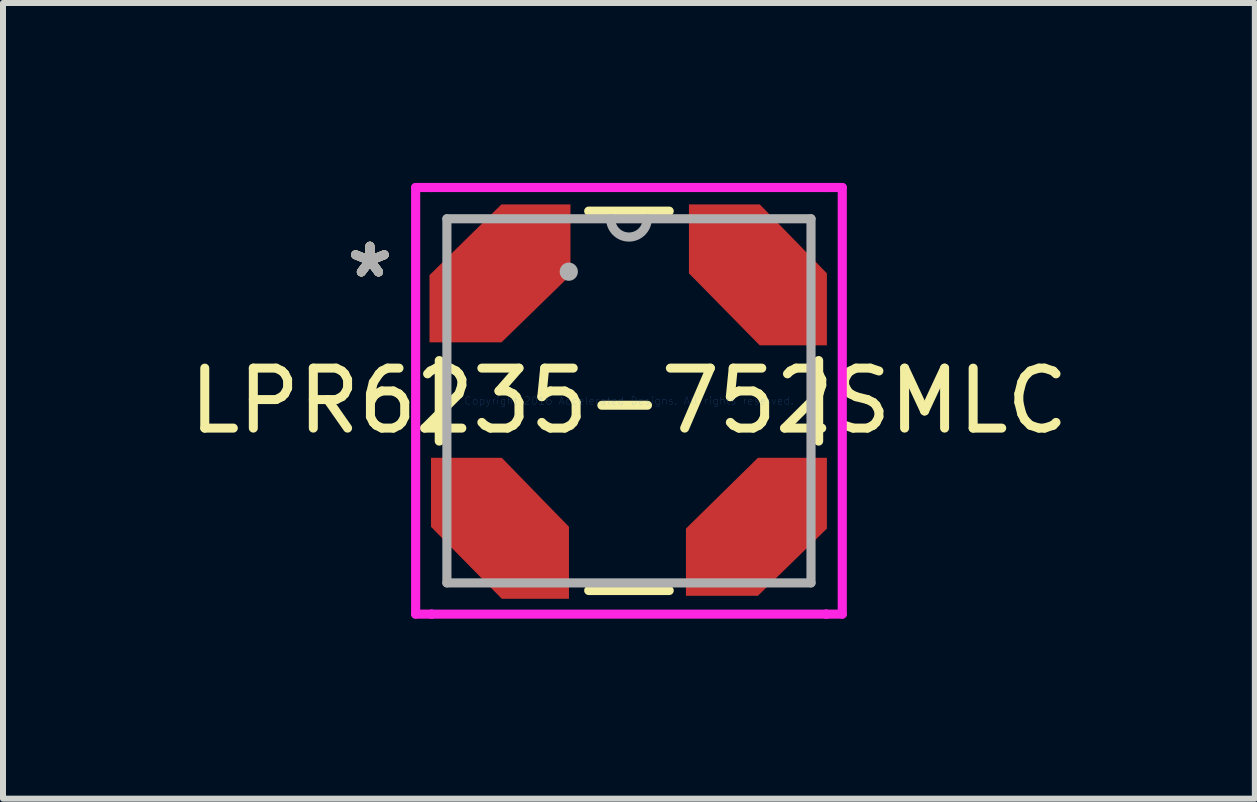
<source format=kicad_pcb>
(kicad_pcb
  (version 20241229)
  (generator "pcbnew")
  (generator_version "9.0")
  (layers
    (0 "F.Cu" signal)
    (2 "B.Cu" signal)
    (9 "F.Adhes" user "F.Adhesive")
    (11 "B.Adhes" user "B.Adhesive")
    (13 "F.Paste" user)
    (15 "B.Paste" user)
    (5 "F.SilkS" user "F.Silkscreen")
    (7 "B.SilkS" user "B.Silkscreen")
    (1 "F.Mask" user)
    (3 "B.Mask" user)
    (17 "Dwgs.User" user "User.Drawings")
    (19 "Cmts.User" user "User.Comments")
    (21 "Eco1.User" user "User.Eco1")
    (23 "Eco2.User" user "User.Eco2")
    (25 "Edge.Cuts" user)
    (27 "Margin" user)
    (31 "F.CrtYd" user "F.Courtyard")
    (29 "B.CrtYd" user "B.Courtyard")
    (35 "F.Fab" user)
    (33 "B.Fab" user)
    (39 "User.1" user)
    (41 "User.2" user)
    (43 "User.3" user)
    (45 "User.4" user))
  (footprint "LPR6235-752SMLC"
    (layer "F.Cu")
    (at 7.435 3.632)
    (property "Reference" "LPR6235-752SMLC" (at 0 0 0) (layer "F.SilkS") (effects (font (size 1 1) (thickness 0.15))))
    (attr through_hole)
    (fp_line (start -3.162 -0.671) (end -3.162 0.671) (stroke (width 0.152) (type solid)) (layer "F.SilkS"))
    (fp_line (start -0.671 3.162) (end 0.671 3.162) (stroke (width 0.152) (type solid)) (layer "F.SilkS"))
    (fp_line (start 0.671 -3.162) (end -0.671 -3.162) (stroke (width 0.152) (type solid)) (layer "F.SilkS"))
    (fp_line (start 3.162 0.671) (end 3.162 -0.671) (stroke (width 0.152) (type solid)) (layer "F.SilkS"))
    (fp_line (start -3.556 -3.556) (end -3.289 -3.556) (stroke (width 0.152) (type solid)) (layer "F.CrtYd"))
    (fp_line (start -3.556 3.556) (end -3.556 -3.556) (stroke (width 0.152) (type solid)) (layer "F.CrtYd"))
    (fp_line (start -3.289 -3.556) (end -3.289 -3.556) (stroke (width 0.152) (type solid)) (layer "F.CrtYd"))
    (fp_line (start -3.289 -3.556) (end 3.289 -3.556) (stroke (width 0.152) (type solid)) (layer "F.CrtYd"))
    (fp_line (start -3.289 3.556) (end -3.556 3.556) (stroke (width 0.152) (type solid)) (layer "F.CrtYd"))
    (fp_line (start -3.289 3.556) (end -3.289 3.556) (stroke (width 0.152) (type solid)) (layer "F.CrtYd"))
    (fp_line (start 3.289 -3.556) (end 3.289 -3.556) (stroke (width 0.152) (type solid)) (layer "F.CrtYd"))
    (fp_line (start 3.289 -3.556) (end 3.556 -3.556) (stroke (width 0.152) (type solid)) (layer "F.CrtYd"))
    (fp_line (start 3.289 3.556) (end -3.289 3.556) (stroke (width 0.152) (type solid)) (layer "F.CrtYd"))
    (fp_line (start 3.289 3.556) (end 3.289 3.556) (stroke (width 0.152) (type solid)) (layer "F.CrtYd"))
    (fp_line (start 3.556 -3.556) (end 3.556 3.556) (stroke (width 0.152) (type solid)) (layer "F.CrtYd"))
    (fp_line (start 3.556 3.556) (end 3.289 3.556) (stroke (width 0.152) (type solid)) (layer "F.CrtYd"))
    (fp_line (start -3.035 -3.035) (end -3.035 3.035) (stroke (width 0.152) (type solid)) (layer "F.Fab"))
    (fp_line (start -3.035 3.035) (end 3.035 3.035) (stroke (width 0.152) (type solid)) (layer "F.Fab"))
    (fp_line (start 3.035 -3.035) (end -3.035 -3.035) (stroke (width 0.152) (type solid)) (layer "F.Fab"))
    (fp_line (start 3.035 3.035) (end 3.035 -3.035) (stroke (width 0.152) (type solid)) (layer "F.Fab"))
    (fp_arc (start 0.3048 -3.0353) (mid 0 -2.7305) (end -0.3048 -3.0353) (stroke (width 0.1524) (type solid)) (layer "F.Fab"))
    (fp_circle (center -1.003 -2.153) (end -1.003 -2.153) (stroke (width 0.152) (type solid)) (fill no) (layer "F.Fab"))
    (fp_text user "*" (at -4.318 -2.032 0) (layer "F.SilkS") (effects (font (size 1 1) (thickness 0.15))))
    (fp_text user "*" (at -4.318 -2.032 0) (layer "F.SilkS") (effects (font (size 1 1) (thickness 0.15))))
    (fp_text user "*" (at -4.318 -2.032 0) (layer "B.SilkS") (effects (font (size 1 1) (thickness 0.15))))
    (fp_text user "Copyright 2016 Accelerated Designs. All rights reserved." (at 0 0 0) (layer "Cmts.User") (effects (font (size 0.127 0.127) (thickness 0.002))))
    (fp_text user "*" (at -4.318 -2.032 0) (layer "F.Fab") (effects (font (size 1 1) (thickness 0.15))))
    (fp_text user "*" (at -4.318 -2.032 0) (layer "F.Fab") (effects (font (size 1 1) (thickness 0.15))))
    (pad "1" smd custom (at -2.025 -2.275) (size 1.524 1.524) (layers "F.Cu" "F.Mask" "F.Paste") (options (anchor circle)) (primitives (gr_poly (pts (xy -0.1 -1) (xy 1.05 -1) (xy 1.05 0.18) (xy -0.1 1.3) (xy -1.3 1.3) (xy -1.3 0.18)) (width 0) (fill yes))))
    (pad "2" smd custom (at -2.3 2 90) (size 1.524 1.524) (layers "F.Cu" "F.Mask" "F.Paste") (options (anchor circle)) (primitives (gr_poly (pts (xy -0.1 -1) (xy 1.05 -1) (xy 1.05 0.18) (xy -0.1 1.3) (xy -1.3 1.3) (xy -1.3 0.18)) (width 0) (fill yes))))
    (pad "3" smd custom (at 2.25 1.95) (size 1.524 1.524) (layers "F.Cu" "F.Mask" "F.Paste") (options (anchor circle)) (primitives (gr_poly (pts (xy -0.1 -1) (xy 1.05 -1) (xy 1.05 0.18) (xy -0.1 1.3) (xy -1.3 1.3) (xy -1.3 0.18)) (width 0) (fill yes))))
    (pad "4" smd custom (at 2 -2.225 90) (size 1.524 1.524) (layers "F.Cu" "F.Mask" "F.Paste") (options (anchor circle)) (primitives (gr_poly (pts (xy -0.1 -1) (xy 1.05 -1) (xy 1.05 0.18) (xy -0.1 1.3) (xy -1.3 1.3) (xy -1.3 0.18)) (width 0) (fill yes)))))
  (gr_rect
    (start -3 -3)
    (end 17.869 10.264)
    (stroke (width 0.1) (type default))
    (fill no)
    (layer "Edge.Cuts")))
</source>
